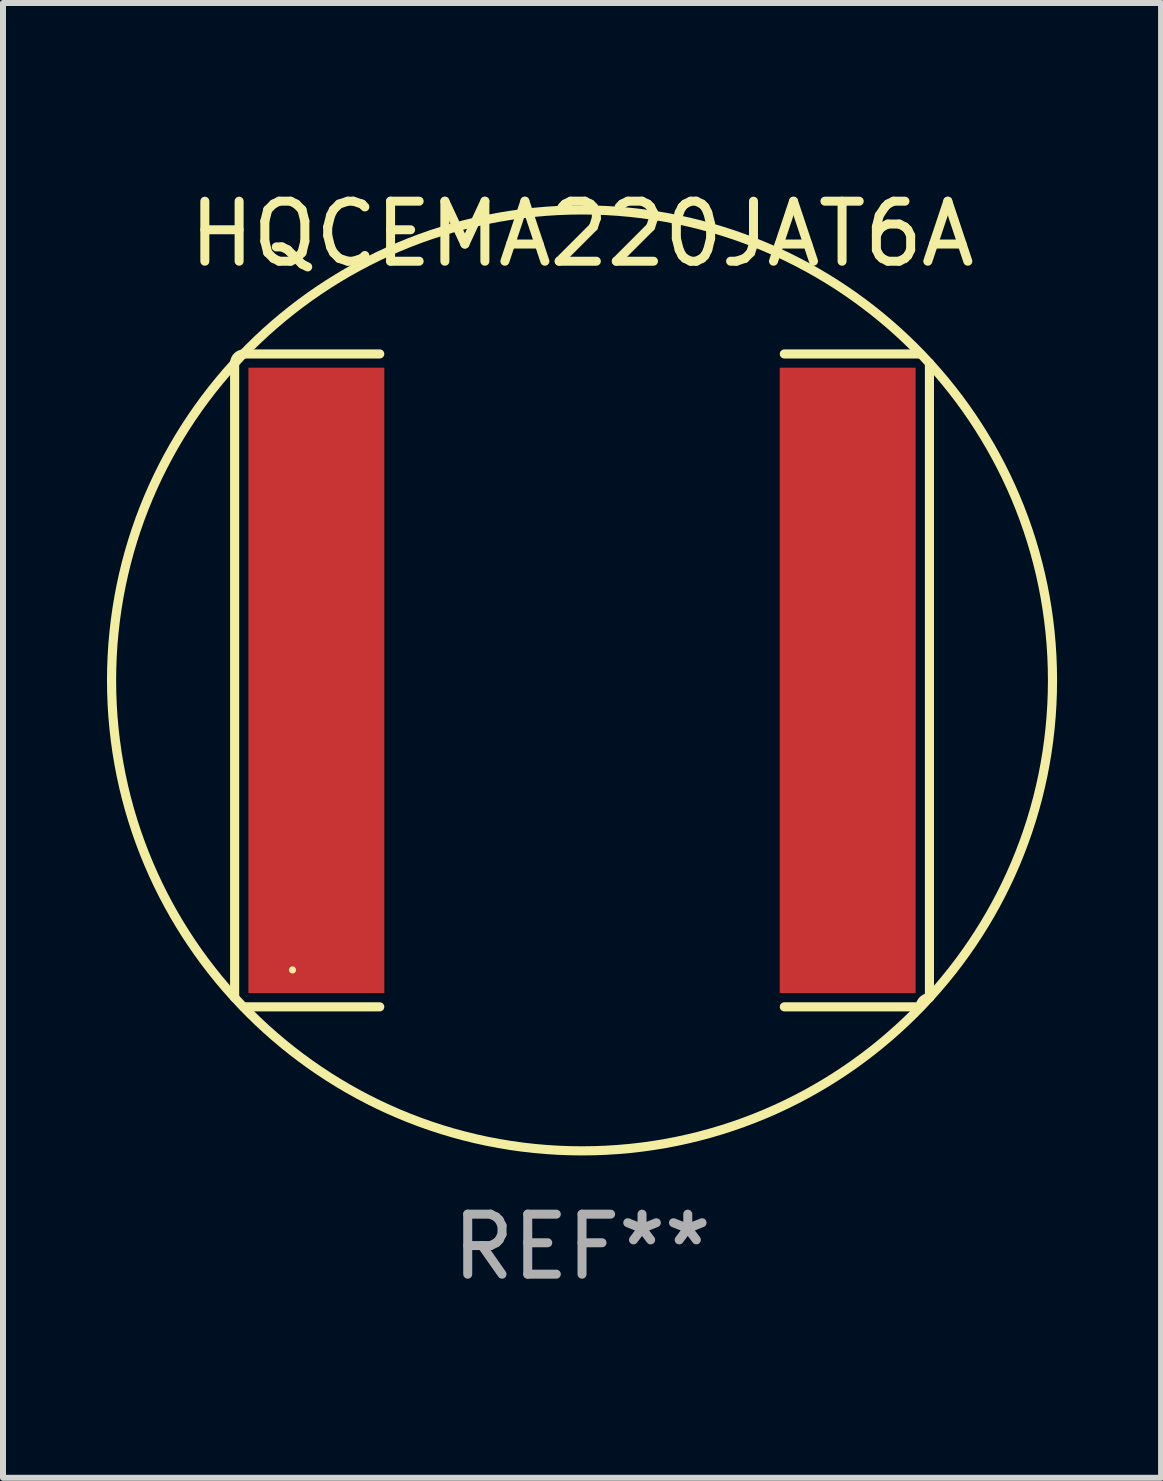
<source format=kicad_pcb>
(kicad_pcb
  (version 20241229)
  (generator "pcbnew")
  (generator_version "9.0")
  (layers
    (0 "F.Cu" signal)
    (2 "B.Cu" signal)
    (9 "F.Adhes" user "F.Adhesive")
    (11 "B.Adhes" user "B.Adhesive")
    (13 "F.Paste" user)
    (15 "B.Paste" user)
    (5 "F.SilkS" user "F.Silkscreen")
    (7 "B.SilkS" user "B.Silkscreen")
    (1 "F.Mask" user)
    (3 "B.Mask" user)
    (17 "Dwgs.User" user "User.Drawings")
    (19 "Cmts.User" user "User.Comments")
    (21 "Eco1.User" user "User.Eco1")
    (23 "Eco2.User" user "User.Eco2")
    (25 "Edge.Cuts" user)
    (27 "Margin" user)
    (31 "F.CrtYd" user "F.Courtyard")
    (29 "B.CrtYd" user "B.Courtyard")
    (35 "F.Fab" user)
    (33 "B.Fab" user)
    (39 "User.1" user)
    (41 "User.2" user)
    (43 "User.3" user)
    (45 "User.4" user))
  (footprint "HQCEMA220JAT6A"
    (layer "F.Cu")
    (at 6.649 8.288)
    (property "Reference" "HQCEMA220JAT6A" (at 0 -7.44 0) (layer "F.SilkS") (effects (font (size 1 1) (thickness 0.15))))
    (attr through_hole)
    (fp_line (start -5.789 -5.287) (end -5.789 5.287) (stroke (width 0.152) (type solid)) (layer "F.SilkS"))
    (fp_line (start -5.636 5.44) (end -3.371 5.44) (stroke (width 0.152) (type solid)) (layer "F.SilkS"))
    (fp_line (start -3.371 -5.44) (end -5.636 -5.44) (stroke (width 0.152) (type solid)) (layer "F.SilkS"))
    (fp_line (start 3.371 -5.44) (end 5.636 -5.44) (stroke (width 0.152) (type solid)) (layer "F.SilkS"))
    (fp_line (start 5.636 5.44) (end 3.371 5.44) (stroke (width 0.152) (type solid)) (layer "F.SilkS"))
    (fp_line (start 5.789 -5.287) (end 5.789 5.287) (stroke (width 0.152) (type solid)) (layer "F.SilkS"))
    (fp_arc (start -5.7886 -5.287201) (mid -5.743963 -5.394964) (end -5.6362 -5.439601) (stroke (width 0.1524) (type solid)) (layer "F.SilkS"))
    (fp_arc (start -5.7886 5.287201) (mid 5.788578 -5.287179) (end -5.7886 5.287201) (stroke (width 0.1524) (type solid)) (layer "F.SilkS"))
    (fp_arc (start 5.6362 5.439601) (mid 5.680837 5.331838) (end 5.7886 5.287201) (stroke (width 0.1524) (type solid)) (layer "F.SilkS"))
    (fp_circle (center -4.825 4.825) (end -4.795 4.825) (stroke (width 0.06) (type solid)) (fill no) (layer "F.SilkS"))
    (fp_text user "REF**" (at 0 9.44 0) (layer "F.Fab") (effects (font (size 1 1) (thickness 0.15))))
    (pad "1" smd rect (at -4.427 0) (size 2.265 10.422) (layers "F.Cu" "F.Mask" "F.Paste"))
    (pad "2" smd rect (at 4.427 0) (size 2.265 10.422) (layers "F.Cu" "F.Mask" "F.Paste")))
  (gr_rect
    (start -3 -3)
    (end 16.298 21.576)
    (stroke (width 0.1) (type default))
    (fill no)
    (layer "Edge.Cuts")))
</source>
